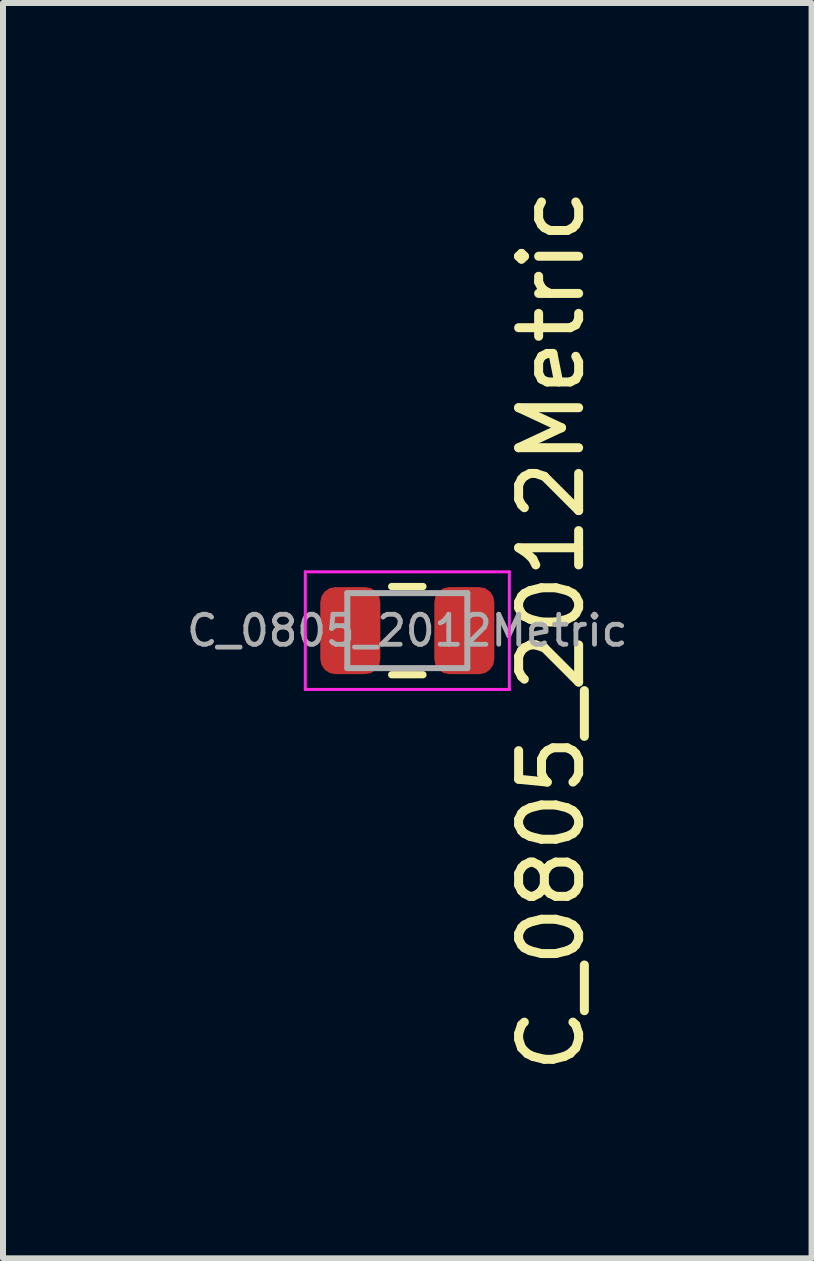
<source format=kicad_pcb>
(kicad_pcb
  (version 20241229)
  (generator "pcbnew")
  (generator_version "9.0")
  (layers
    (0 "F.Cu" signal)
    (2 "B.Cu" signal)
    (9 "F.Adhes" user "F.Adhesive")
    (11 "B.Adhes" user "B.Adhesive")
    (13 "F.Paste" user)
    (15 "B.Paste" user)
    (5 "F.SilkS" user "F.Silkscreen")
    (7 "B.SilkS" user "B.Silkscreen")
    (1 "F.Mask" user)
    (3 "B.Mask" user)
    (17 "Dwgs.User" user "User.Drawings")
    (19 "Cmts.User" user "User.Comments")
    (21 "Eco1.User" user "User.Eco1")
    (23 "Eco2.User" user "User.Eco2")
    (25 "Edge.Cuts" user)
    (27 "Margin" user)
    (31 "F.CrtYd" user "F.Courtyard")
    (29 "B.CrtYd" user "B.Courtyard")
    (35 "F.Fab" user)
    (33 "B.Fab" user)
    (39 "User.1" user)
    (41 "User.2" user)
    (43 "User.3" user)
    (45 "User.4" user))
  (footprint "C_0805_2012Metric"
    (layer "F.Cu")
    (at 3.737 7.458)
    (property "Reference" "C_0805_2012Metric" (at 2.4 0 270) (layer "F.SilkS") (effects (font (size 1 1) (thickness 0.15))))
    (attr smd)
    (fp_line (start -0.261 -0.735) (end 0.261 -0.735) (stroke (width 0.12) (type solid)) (layer "F.SilkS"))
    (fp_line (start -0.261 0.735) (end 0.261 0.735) (stroke (width 0.12) (type solid)) (layer "F.SilkS"))
    (fp_line (start -1.7 -0.98) (end 1.7 -0.98) (stroke (width 0.05) (type solid)) (layer "F.CrtYd"))
    (fp_line (start -1.7 0.98) (end -1.7 -0.98) (stroke (width 0.05) (type solid)) (layer "F.CrtYd"))
    (fp_line (start 1.7 -0.98) (end 1.7 0.98) (stroke (width 0.05) (type solid)) (layer "F.CrtYd"))
    (fp_line (start 1.7 0.98) (end -1.7 0.98) (stroke (width 0.05) (type solid)) (layer "F.CrtYd"))
    (fp_line (start -1 -0.625) (end 1 -0.625) (stroke (width 0.1) (type solid)) (layer "F.Fab"))
    (fp_line (start -1 0.625) (end -1 -0.625) (stroke (width 0.1) (type solid)) (layer "F.Fab"))
    (fp_line (start 1 -0.625) (end 1 0.625) (stroke (width 0.1) (type solid)) (layer "F.Fab"))
    (fp_line (start 1 0.625) (end -1 0.625) (stroke (width 0.1) (type solid)) (layer "F.Fab"))
    (fp_text user "${REFERENCE}" (at 0 0 180) (layer "F.Fab") (effects (font (size 0.5 0.5) (thickness 0.08))))
    (pad "1" smd roundrect (at -0.95 0) (size 1 1.45) (layers "F.Cu" "F.Mask" "F.Paste") (roundrect_rratio 0.25))
    (pad "2" smd roundrect (at 0.95 0) (size 1 1.45) (layers "F.Cu" "F.Mask" "F.Paste") (roundrect_rratio 0.25)))
  (gr_rect
    (start -3 -3)
    (end 10.473 17.917)
    (stroke (width 0.1) (type default))
    (fill no)
    (layer "Edge.Cuts")))
</source>
